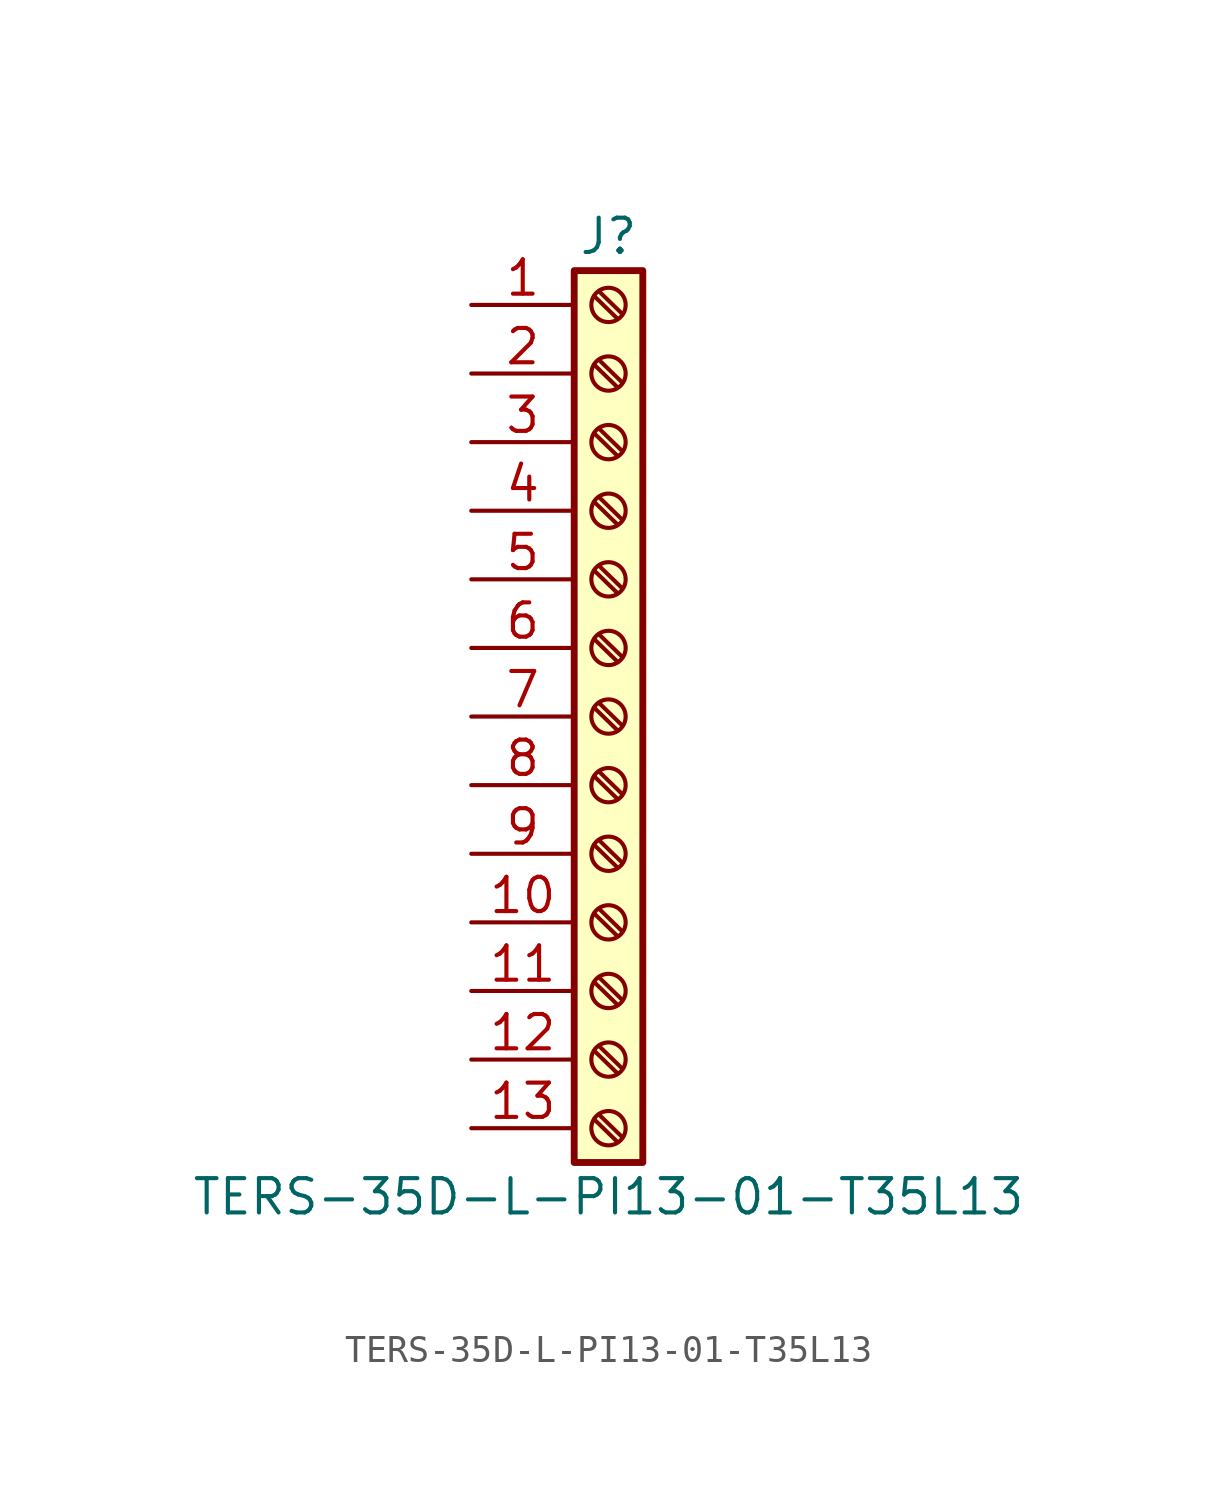
<source format=kicad_sym>
(kicad_symbol_lib
  (version 20211014)
  (generator kicad_symbol_editor)
  (symbol "TERS-35D-L-PI13-01-T35L13"
    (pin_names
      (offset 1.016) hide)
    (property "Reference" "J"
      (at 0 17.78 0)
      (effects (font (size 1.27 1.27))))
    (property "Value" "TERS-35D-L-PI13-01-T35L13"
      (at 0 -17.78 0)
      (effects (font (size 1.27 1.27))))
    (symbol "TERS-35D-L-PI13-01-T35L13_1_1"
      (rectangle (start -1.27 16.51) (end 1.27 -16.51) (stroke (width 0.254) (type default) (color 0 0 0 0)) (fill (type background)))
      (circle (center 0 -15.24) (radius 0.635) (stroke (width 0.152) (type default) (color 0 0 0 0)) (fill (type none)))
      (circle (center 0 -12.7) (radius 0.635) (stroke (width 0.152) (type default) (color 0 0 0 0)) (fill (type none)))
      (circle (center 0 -10.16) (radius 0.635) (stroke (width 0.152) (type default) (color 0 0 0 0)) (fill (type none)))
      (circle (center 0 -7.62) (radius 0.635) (stroke (width 0.152) (type default) (color 0 0 0 0)) (fill (type none)))
      (circle (center 0 -5.08) (radius 0.635) (stroke (width 0.152) (type default) (color 0 0 0 0)) (fill (type none)))
      (circle (center 0 -2.54) (radius 0.635) (stroke (width 0.152) (type default) (color 0 0 0 0)) (fill (type none)))
      (polyline (pts (xy -0.533 -14.91) (xy 0.33 -15.748)) (stroke (width 0.152) (type default) (color 0 0 0 0)) (fill (type none)))
      (polyline (pts (xy -0.533 -12.37) (xy 0.33 -13.208)) (stroke (width 0.152) (type default) (color 0 0 0 0)) (fill (type none)))
      (polyline (pts (xy -0.533 -9.83) (xy 0.33 -10.668)) (stroke (width 0.152) (type default) (color 0 0 0 0)) (fill (type none)))
      (polyline (pts (xy -0.533 -7.29) (xy 0.33 -8.128)) (stroke (width 0.152) (type default) (color 0 0 0 0)) (fill (type none)))
      (polyline (pts (xy -0.533 -4.75) (xy 0.33 -5.588)) (stroke (width 0.152) (type default) (color 0 0 0 0)) (fill (type none)))
      (polyline (pts (xy -0.533 -2.21) (xy 0.33 -3.048)) (stroke (width 0.152) (type default) (color 0 0 0 0)) (fill (type none)))
      (polyline (pts (xy -0.533 0.33) (xy 0.33 -0.508)) (stroke (width 0.152) (type default) (color 0 0 0 0)) (fill (type none)))
      (polyline (pts (xy -0.533 2.87) (xy 0.33 2.032)) (stroke (width 0.152) (type default) (color 0 0 0 0)) (fill (type none)))
      (polyline (pts (xy -0.533 5.41) (xy 0.33 4.572)) (stroke (width 0.152) (type default) (color 0 0 0 0)) (fill (type none)))
      (polyline (pts (xy -0.533 7.95) (xy 0.33 7.112)) (stroke (width 0.152) (type default) (color 0 0 0 0)) (fill (type none)))
      (polyline (pts (xy -0.533 10.49) (xy 0.33 9.652)) (stroke (width 0.152) (type default) (color 0 0 0 0)) (fill (type none)))
      (polyline (pts (xy -0.533 13.03) (xy 0.33 12.192)) (stroke (width 0.152) (type default) (color 0 0 0 0)) (fill (type none)))
      (polyline (pts (xy -0.533 15.57) (xy 0.33 14.732)) (stroke (width 0.152) (type default) (color 0 0 0 0)) (fill (type none)))
      (polyline (pts (xy -0.356 -14.732) (xy 0.508 -15.57)) (stroke (width 0.152) (type default) (color 0 0 0 0)) (fill (type none)))
      (polyline (pts (xy -0.356 -12.192) (xy 0.508 -13.03)) (stroke (width 0.152) (type default) (color 0 0 0 0)) (fill (type none)))
      (polyline (pts (xy -0.356 -9.652) (xy 0.508 -10.49)) (stroke (width 0.152) (type default) (color 0 0 0 0)) (fill (type none)))
      (polyline (pts (xy -0.356 -7.112) (xy 0.508 -7.95)) (stroke (width 0.152) (type default) (color 0 0 0 0)) (fill (type none)))
      (polyline (pts (xy -0.356 -4.572) (xy 0.508 -5.41)) (stroke (width 0.152) (type default) (color 0 0 0 0)) (fill (type none)))
      (polyline (pts (xy -0.356 -2.032) (xy 0.508 -2.87)) (stroke (width 0.152) (type default) (color 0 0 0 0)) (fill (type none)))
      (polyline (pts (xy -0.356 0.508) (xy 0.508 -0.33)) (stroke (width 0.152) (type default) (color 0 0 0 0)) (fill (type none)))
      (polyline (pts (xy -0.356 3.048) (xy 0.508 2.21)) (stroke (width 0.152) (type default) (color 0 0 0 0)) (fill (type none)))
      (polyline (pts (xy -0.356 5.588) (xy 0.508 4.75)) (stroke (width 0.152) (type default) (color 0 0 0 0)) (fill (type none)))
      (polyline (pts (xy -0.356 8.128) (xy 0.508 7.29)) (stroke (width 0.152) (type default) (color 0 0 0 0)) (fill (type none)))
      (polyline (pts (xy -0.356 10.668) (xy 0.508 9.83)) (stroke (width 0.152) (type default) (color 0 0 0 0)) (fill (type none)))
      (polyline (pts (xy -0.356 13.208) (xy 0.508 12.37)) (stroke (width 0.152) (type default) (color 0 0 0 0)) (fill (type none)))
      (polyline (pts (xy -0.356 15.748) (xy 0.508 14.91)) (stroke (width 0.152) (type default) (color 0 0 0 0)) (fill (type none)))
      (circle (center 0 0) (radius 0.635) (stroke (width 0.152) (type default) (color 0 0 0 0)) (fill (type none)))
      (circle (center 0 2.54) (radius 0.635) (stroke (width 0.152) (type default) (color 0 0 0 0)) (fill (type none)))
      (circle (center 0 5.08) (radius 0.635) (stroke (width 0.152) (type default) (color 0 0 0 0)) (fill (type none)))
      (circle (center 0 7.62) (radius 0.635) (stroke (width 0.152) (type default) (color 0 0 0 0)) (fill (type none)))
      (circle (center 0 10.16) (radius 0.635) (stroke (width 0.152) (type default) (color 0 0 0 0)) (fill (type none)))
      (circle (center 0 12.7) (radius 0.635) (stroke (width 0.152) (type default) (color 0 0 0 0)) (fill (type none)))
      (circle (center 0 15.24) (radius 0.635) (stroke (width 0.152) (type default) (color 0 0 0 0)) (fill (type none)))
      (pin passive line (at -5.08 15.24 0) (length 3.81) (name "Pin_1" (effects (font (size 1.27 1.27)))) (number "1" (effects (font (size 1.27 1.27)))))
      (pin passive line (at -5.08 -7.62 0) (length 3.81) (name "Pin_10" (effects (font (size 1.27 1.27)))) (number "10" (effects (font (size 1.27 1.27)))))
      (pin passive line (at -5.08 -10.16 0) (length 3.81) (name "Pin_11" (effects (font (size 1.27 1.27)))) (number "11" (effects (font (size 1.27 1.27)))))
      (pin passive line (at -5.08 -12.7 0) (length 3.81) (name "Pin_12" (effects (font (size 1.27 1.27)))) (number "12" (effects (font (size 1.27 1.27)))))
      (pin passive line (at -5.08 -15.24 0) (length 3.81) (name "Pin_13" (effects (font (size 1.27 1.27)))) (number "13" (effects (font (size 1.27 1.27)))))
      (pin passive line (at -5.08 12.7 0) (length 3.81) (name "Pin_2" (effects (font (size 1.27 1.27)))) (number "2" (effects (font (size 1.27 1.27)))))
      (pin passive line (at -5.08 10.16 0) (length 3.81) (name "Pin_3" (effects (font (size 1.27 1.27)))) (number "3" (effects (font (size 1.27 1.27)))))
      (pin passive line (at -5.08 7.62 0) (length 3.81) (name "Pin_4" (effects (font (size 1.27 1.27)))) (number "4" (effects (font (size 1.27 1.27)))))
      (pin passive line (at -5.08 5.08 0) (length 3.81) (name "Pin_5" (effects (font (size 1.27 1.27)))) (number "5" (effects (font (size 1.27 1.27)))))
      (pin passive line (at -5.08 2.54 0) (length 3.81) (name "Pin_6" (effects (font (size 1.27 1.27)))) (number "6" (effects (font (size 1.27 1.27)))))
      (pin passive line (at -5.08 0 0) (length 3.81) (name "Pin_7" (effects (font (size 1.27 1.27)))) (number "7" (effects (font (size 1.27 1.27)))))
      (pin passive line (at -5.08 -2.54 0) (length 3.81) (name "Pin_8" (effects (font (size 1.27 1.27)))) (number "8" (effects (font (size 1.27 1.27)))))
      (pin passive line (at -5.08 -5.08 0) (length 3.81) (name "Pin_9" (effects (font (size 1.27 1.27)))) (number "9" (effects (font (size 1.27 1.27))))))))
</source>
